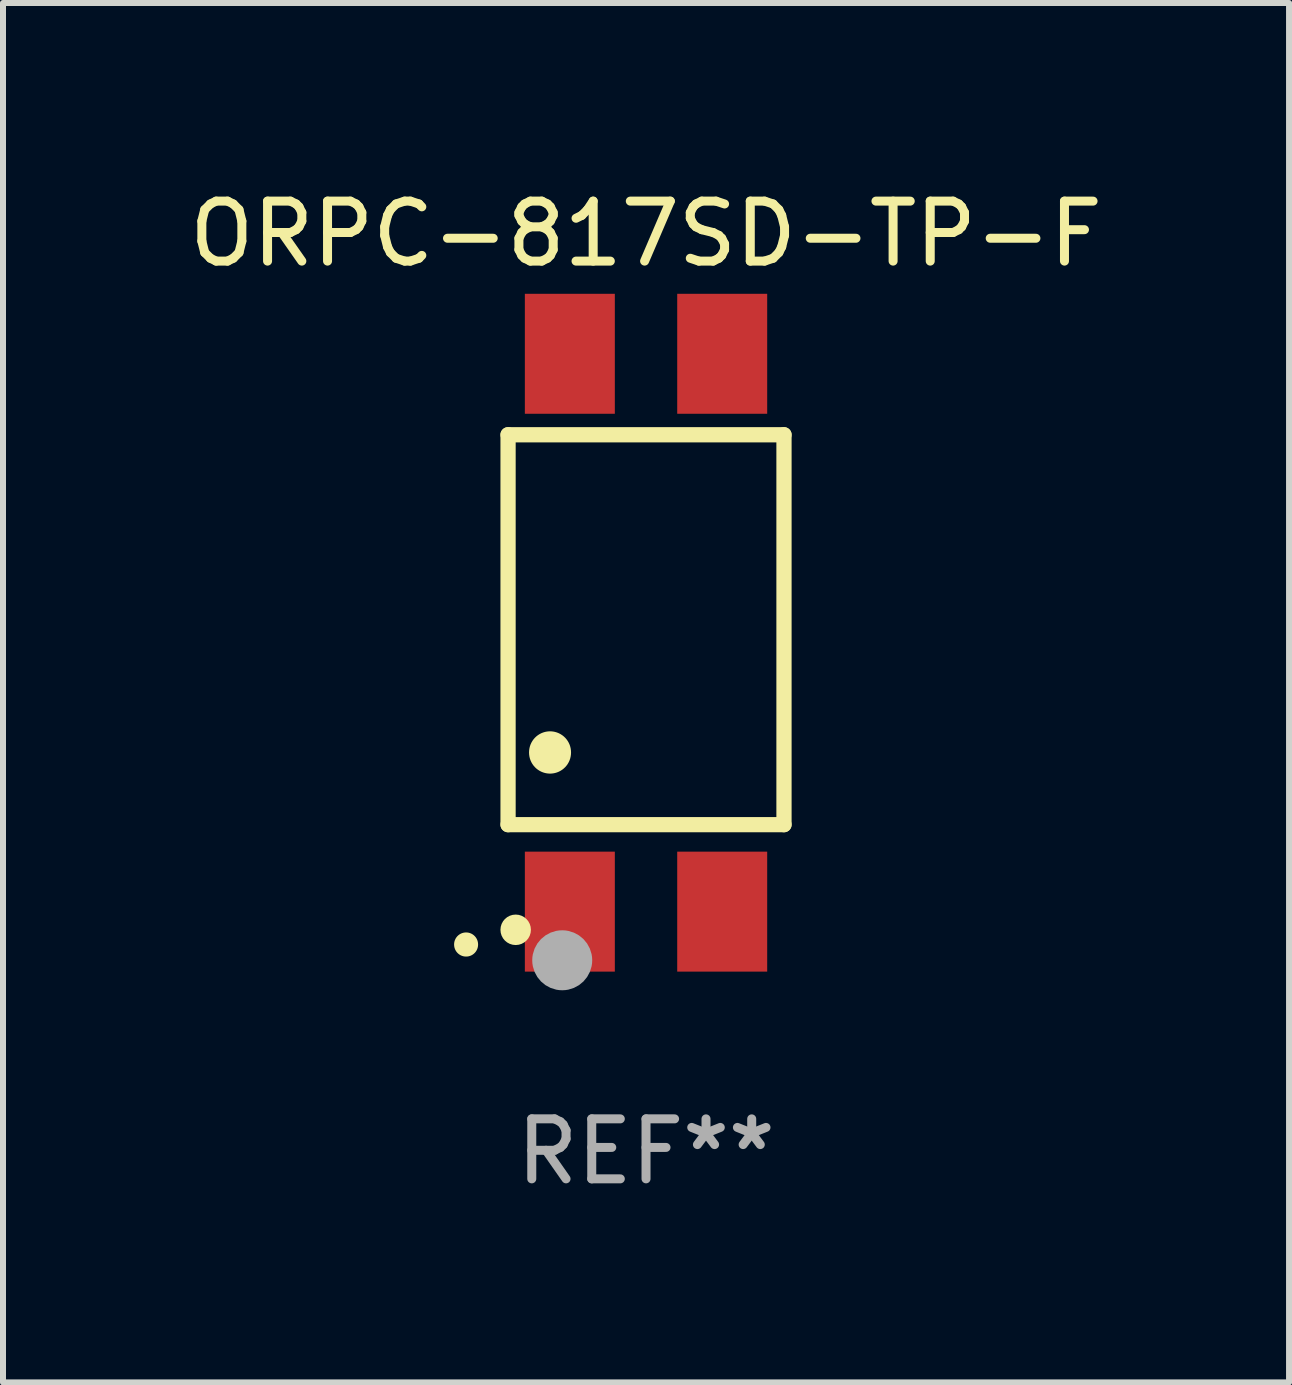
<source format=kicad_pcb>
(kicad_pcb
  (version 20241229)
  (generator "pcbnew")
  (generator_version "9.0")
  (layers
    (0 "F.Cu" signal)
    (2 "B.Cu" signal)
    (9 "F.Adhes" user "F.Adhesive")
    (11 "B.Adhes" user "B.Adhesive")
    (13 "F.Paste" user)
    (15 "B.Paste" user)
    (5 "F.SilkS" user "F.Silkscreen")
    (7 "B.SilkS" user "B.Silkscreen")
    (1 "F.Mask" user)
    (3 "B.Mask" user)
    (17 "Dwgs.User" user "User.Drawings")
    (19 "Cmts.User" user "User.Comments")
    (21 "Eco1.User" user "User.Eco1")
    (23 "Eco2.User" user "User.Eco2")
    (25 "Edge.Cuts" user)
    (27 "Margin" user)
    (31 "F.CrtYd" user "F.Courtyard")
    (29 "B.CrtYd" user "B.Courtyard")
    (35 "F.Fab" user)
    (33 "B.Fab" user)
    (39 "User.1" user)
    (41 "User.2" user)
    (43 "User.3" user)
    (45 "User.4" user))
  (footprint "ORPC-817SD-TP-F"
    (layer "F.Cu")
    (at 7.72 7.498)
    (property "Reference" "ORPC-817SD-TP-F" (at 0 -6.65 0) (layer "F.SilkS") (effects (font (size 1 1) (thickness 0.15))))
    (attr through_hole)
    (fp_line (start -2.3 -3.3) (end -2.3 3.2) (stroke (width 0.254) (type solid)) (layer "F.SilkS"))
    (fp_line (start -2.3 -3.3) (end 2.3 -3.3) (stroke (width 0.254) (type solid)) (layer "F.SilkS"))
    (fp_line (start -2.3 3.2) (end 2.3 3.2) (stroke (width 0.254) (type solid)) (layer "F.SilkS"))
    (fp_line (start 2.3 -3.3) (end 2.3 3.2) (stroke (width 0.254) (type solid)) (layer "F.SilkS"))
    (fp_arc (start -2.999746 5.19939) (mid -2.99975 5.19812) (end -2.999746 5.19685) (stroke (width 0.4) (type solid)) (layer "F.SilkS"))
    (fp_arc (start -1.600203 1.998984) (mid -1.600212 1.996444) (end -1.600203 1.993904) (stroke (width 0.700003) (type solid)) (layer "F.SilkS"))
    (fp_circle (center -2.173 4.953) (end -2.046 4.953) (stroke (width 0.254) (type solid)) (fill no) (layer "F.SilkS"))
    (fp_circle (center -1.397 5.461) (end -1.147 5.461) (stroke (width 0.5) (type solid)) (fill no) (layer "F.Fab"))
    (fp_text user "REF**" (at 0 8.65 0) (layer "F.Fab") (effects (font (size 1 1) (thickness 0.15))))
    (pad "1" smd rect (at -1.27 4.65 180) (size 1.5 2) (layers "F.Cu" "F.Mask" "F.Paste"))
    (pad "2" smd rect (at 1.27 4.65 180) (size 1.5 2) (layers "F.Cu" "F.Mask" "F.Paste"))
    (pad "3" smd rect (at 1.27 -4.65 180) (size 1.5 2) (layers "F.Cu" "F.Mask" "F.Paste"))
    (pad "4" smd rect (at -1.27 -4.65 180) (size 1.5 2) (layers "F.Cu" "F.Mask" "F.Paste")))
  (gr_rect
    (start -3 -3)
    (end 18.44 19.996)
    (stroke (width 0.1) (type default))
    (fill no)
    (layer "Edge.Cuts")))
</source>
